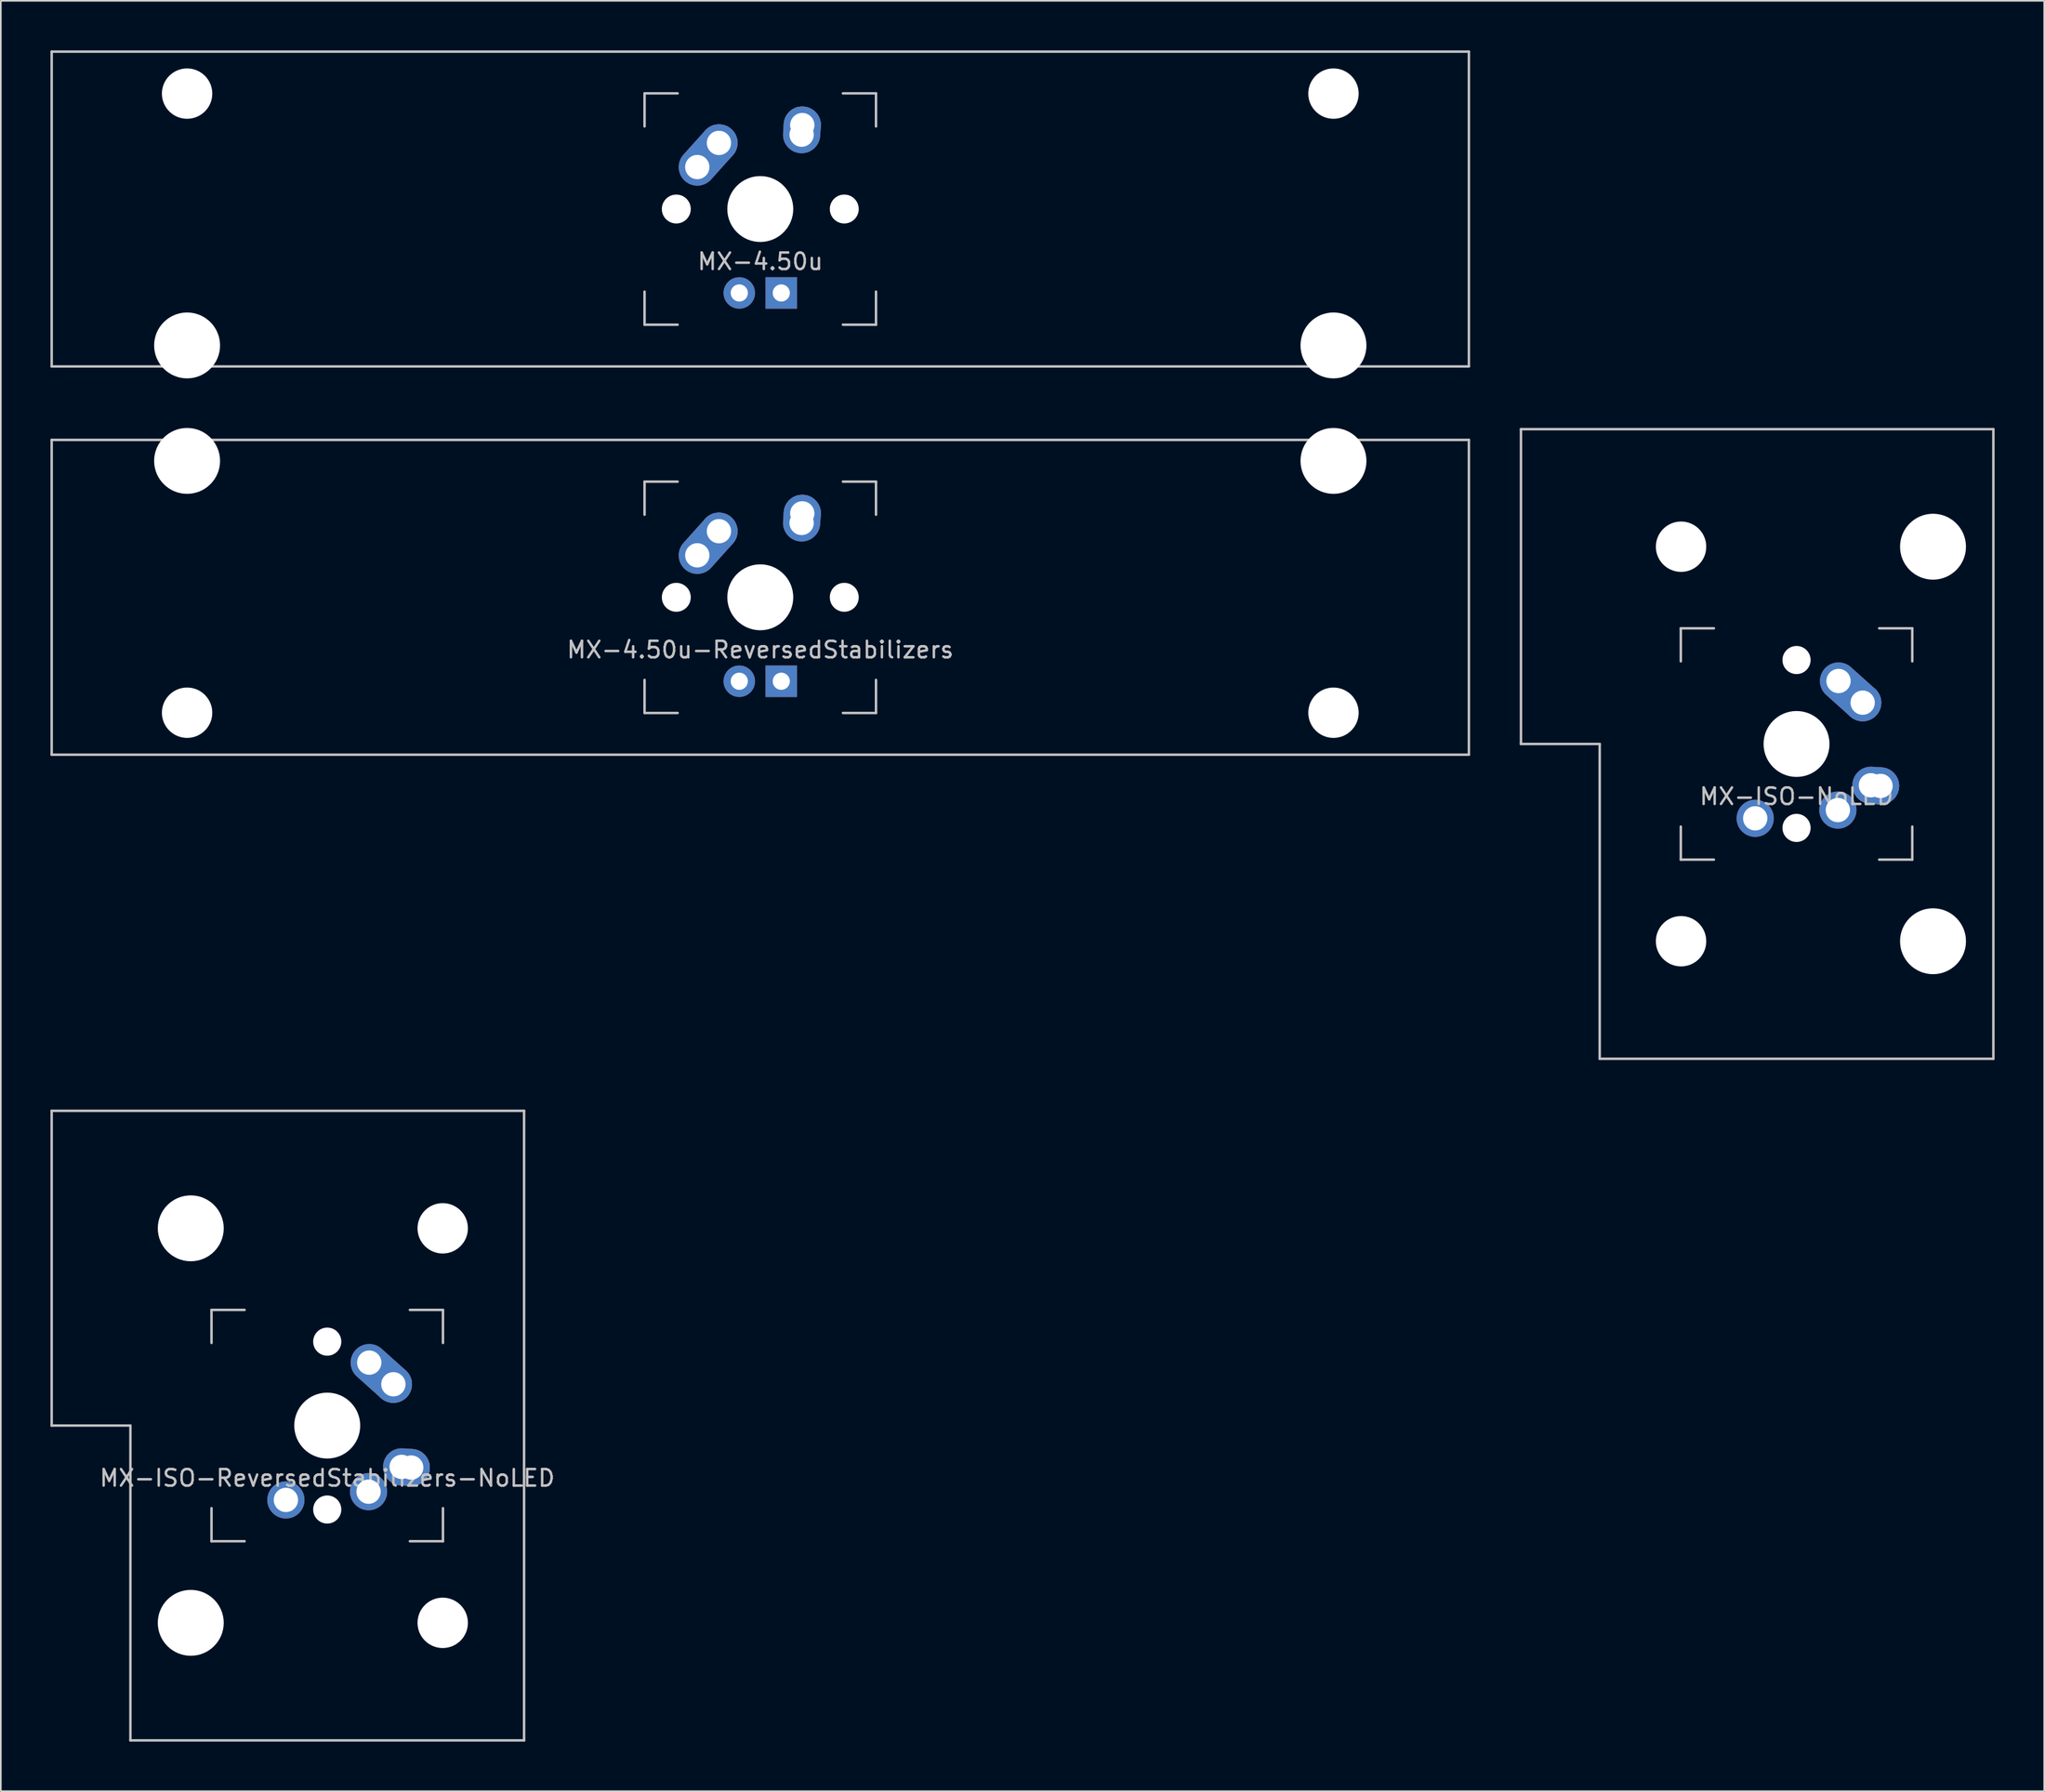
<source format=kicad_pcb>
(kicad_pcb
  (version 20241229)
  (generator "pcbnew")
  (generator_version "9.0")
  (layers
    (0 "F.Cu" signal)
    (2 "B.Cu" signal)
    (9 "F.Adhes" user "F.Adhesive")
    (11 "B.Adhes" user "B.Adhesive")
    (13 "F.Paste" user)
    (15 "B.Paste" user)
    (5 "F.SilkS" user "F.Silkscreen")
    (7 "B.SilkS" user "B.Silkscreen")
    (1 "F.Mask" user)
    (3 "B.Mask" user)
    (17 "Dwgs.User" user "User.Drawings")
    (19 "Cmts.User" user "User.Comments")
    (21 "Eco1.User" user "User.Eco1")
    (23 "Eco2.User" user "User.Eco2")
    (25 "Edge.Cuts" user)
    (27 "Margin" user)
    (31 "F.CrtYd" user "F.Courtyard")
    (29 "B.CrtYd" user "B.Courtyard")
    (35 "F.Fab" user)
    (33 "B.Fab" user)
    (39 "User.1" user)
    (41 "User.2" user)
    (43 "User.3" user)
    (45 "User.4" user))
  (footprint "MX-ISO-NoLED"
    (layer "F.Cu")
    (at 105.619 41.974)
    (property "Reference" "MX-ISO-NoLED" (at 0 3.175 0) (layer "Dwgs.User") (effects (font (size 1 1) (thickness 0.15))))
    (attr through_hole)
    (fp_line (start -16.669 -19.05) (end -16.669 0) (stroke (width 0.15) (type solid)) (layer "Dwgs.User"))
    (fp_line (start -16.669 -19.05) (end 11.906 -19.05) (stroke (width 0.15) (type solid)) (layer "Dwgs.User"))
    (fp_line (start -11.906 0) (end -16.669 0) (stroke (width 0.15) (type solid)) (layer "Dwgs.User"))
    (fp_line (start -11.906 19.05) (end -11.906 0) (stroke (width 0.15) (type solid)) (layer "Dwgs.User"))
    (fp_line (start -11.906 19.05) (end 11.906 19.05) (stroke (width 0.15) (type solid)) (layer "Dwgs.User"))
    (fp_line (start -7 -7) (end -7 -5) (stroke (width 0.15) (type solid)) (layer "Dwgs.User"))
    (fp_line (start -7 5) (end -7 7) (stroke (width 0.15) (type solid)) (layer "Dwgs.User"))
    (fp_line (start -7 7) (end -5 7) (stroke (width 0.15) (type solid)) (layer "Dwgs.User"))
    (fp_line (start -5 -7) (end -7 -7) (stroke (width 0.15) (type solid)) (layer "Dwgs.User"))
    (fp_line (start 5 -7) (end 7 -7) (stroke (width 0.15) (type solid)) (layer "Dwgs.User"))
    (fp_line (start 5 7) (end 7 7) (stroke (width 0.15) (type solid)) (layer "Dwgs.User"))
    (fp_line (start 7 -7) (end 7 -5) (stroke (width 0.15) (type solid)) (layer "Dwgs.User"))
    (fp_line (start 7 7) (end 7 5) (stroke (width 0.15) (type solid)) (layer "Dwgs.User"))
    (fp_line (start 11.906 -19.05) (end 11.906 19.05) (stroke (width 0.15) (type solid)) (layer "Dwgs.User"))
    (pad "" np_thru_hole circle (at -6.985 -11.938) (size 3.048 3.048) (drill 3.048) (layers "*.Cu" "*.Mask"))
    (pad "" np_thru_hole circle (at -6.985 11.938) (size 3.048 3.048) (drill 3.048) (layers "*.Cu" "*.Mask"))
    (pad "" np_thru_hole circle (at 0 -5.08 48.1) (size 1.702 1.702) (drill 1.702) (layers "*.Cu" "*.Mask"))
    (pad "" np_thru_hole circle (at 0 0) (size 3.988 3.988) (drill 3.988) (layers "*.Cu" "*.Mask"))
    (pad "" np_thru_hole circle (at 0 5.08 48.1) (size 1.702 1.702) (drill 1.702) (layers "*.Cu" "*.Mask"))
    (pad "" np_thru_hole circle (at 8.255 -11.938) (size 3.988 3.988) (drill 3.988) (layers "*.Cu" "*.Mask"))
    (pad "" np_thru_hole circle (at 8.255 11.938) (size 3.988 3.988) (drill 3.988) (layers "*.Cu" "*.Mask"))
    (pad "1" thru_hole circle (at 2.5 4) (size 2.25 2.25) (drill 1.47) (layers "*.Cu" "B.Mask"))
    (pad "1" thru_hole oval (at 4.5 2.5 356.055) (size 2.831 2.25) (drill 1.47 (offset 0.291 0)) (layers "*.Cu" "B.Mask"))
    (pad "1" thru_hole circle (at 5.08 2.54) (size 2.25 2.25) (drill 1.47) (layers "*.Cu" "B.Mask"))
    (pad "2" thru_hole circle (at -2.5 4.5) (size 2.25 2.25) (drill 1.47) (layers "*.Cu" "B.Mask"))
    (pad "2" thru_hole oval (at 2.54 -3.81 318.1) (size 4.212 2.25) (drill 1.47 (offset 0.981 0)) (layers "*.Cu" "B.Mask"))
    (pad "2" thru_hole circle (at 4 -2.5) (size 2.25 2.25) (drill 1.47) (layers "*.Cu" "B.Mask")))
  (footprint "MX-4.50u"
    (layer "F.Cu")
    (at 42.938 9.6)
    (property "Reference" "MX-4.50u" (at 0 3.175 0) (layer "Dwgs.User") (effects (font (size 1 1) (thickness 0.15))))
    (attr through_hole)
    (fp_line (start -42.862 -9.525) (end 42.862 -9.525) (stroke (width 0.15) (type solid)) (layer "Dwgs.User"))
    (fp_line (start -42.862 9.525) (end -42.862 -9.525) (stroke (width 0.15) (type solid)) (layer "Dwgs.User"))
    (fp_line (start -42.862 9.525) (end 42.862 9.525) (stroke (width 0.15) (type solid)) (layer "Dwgs.User"))
    (fp_line (start -7 -7) (end -7 -5) (stroke (width 0.15) (type solid)) (layer "Dwgs.User"))
    (fp_line (start -7 5) (end -7 7) (stroke (width 0.15) (type solid)) (layer "Dwgs.User"))
    (fp_line (start -7 7) (end -5 7) (stroke (width 0.15) (type solid)) (layer "Dwgs.User"))
    (fp_line (start -5 -7) (end -7 -7) (stroke (width 0.15) (type solid)) (layer "Dwgs.User"))
    (fp_line (start 5 -7) (end 7 -7) (stroke (width 0.15) (type solid)) (layer "Dwgs.User"))
    (fp_line (start 5 7) (end 7 7) (stroke (width 0.15) (type solid)) (layer "Dwgs.User"))
    (fp_line (start 7 -7) (end 7 -5) (stroke (width 0.15) (type solid)) (layer "Dwgs.User"))
    (fp_line (start 7 7) (end 7 5) (stroke (width 0.15) (type solid)) (layer "Dwgs.User"))
    (fp_line (start 42.862 -9.525) (end 42.862 9.525) (stroke (width 0.15) (type solid)) (layer "Dwgs.User"))
    (pad "" np_thru_hole circle (at -34.671 -6.985) (size 3.048 3.048) (drill 3.048) (layers "*.Cu" "*.Mask"))
    (pad "" np_thru_hole circle (at -34.671 8.255) (size 3.988 3.988) (drill 3.988) (layers "*.Cu" "*.Mask"))
    (pad "" np_thru_hole circle (at -5.08 0 48.1) (size 1.75 1.75) (drill 1.75) (layers "*.Cu" "*.Mask"))
    (pad "" np_thru_hole circle (at 0 0) (size 3.988 3.988) (drill 3.988) (layers "*.Cu" "*.Mask"))
    (pad "" np_thru_hole circle (at 5.08 0 48.1) (size 1.75 1.75) (drill 1.75) (layers "*.Cu" "*.Mask"))
    (pad "" np_thru_hole circle (at 34.671 -6.985) (size 3.048 3.048) (drill 3.048) (layers "*.Cu" "*.Mask"))
    (pad "" np_thru_hole circle (at 34.671 8.255) (size 3.988 3.988) (drill 3.988) (layers "*.Cu" "*.Mask"))
    (pad "1" thru_hole oval (at -3.81 -2.54 48.1) (size 4.212 2.25) (drill 1.47 (offset 0.981 0)) (layers "*.Cu" "B.Mask"))
    (pad "1" thru_hole circle (at -2.5 -4) (size 2.25 2.25) (drill 1.47) (layers "*.Cu" "B.Mask"))
    (pad "2" thru_hole oval (at 2.5 -4.5 86.055) (size 2.831 2.25) (drill 1.47 (offset 0.291 0)) (layers "*.Cu" "B.Mask"))
    (pad "2" thru_hole circle (at 2.54 -5.08) (size 2.25 2.25) (drill 1.47) (layers "*.Cu" "B.Mask"))
    (pad "3" thru_hole circle (at -1.27 5.08) (size 1.905 1.905) (drill 1.04) (layers "*.Cu" "B.Mask"))
    (pad "4" thru_hole rect (at 1.27 5.08) (size 1.905 1.905) (drill 1.04) (layers "*.Cu" "B.Mask")))
  (footprint "MX-4.50u-ReversedStabilizers"
    (layer "F.Cu")
    (at 42.938 33.098)
    (property "Reference" "MX-4.50u-ReversedStabilizers" (at 0 3.175 0) (layer "Dwgs.User") (effects (font (size 1 1) (thickness 0.15))))
    (attr through_hole)
    (fp_line (start -42.862 -9.525) (end 42.862 -9.525) (stroke (width 0.15) (type solid)) (layer "Dwgs.User"))
    (fp_line (start -42.862 9.525) (end -42.862 -9.525) (stroke (width 0.15) (type solid)) (layer "Dwgs.User"))
    (fp_line (start -42.862 9.525) (end 42.862 9.525) (stroke (width 0.15) (type solid)) (layer "Dwgs.User"))
    (fp_line (start -7 -7) (end -7 -5) (stroke (width 0.15) (type solid)) (layer "Dwgs.User"))
    (fp_line (start -7 5) (end -7 7) (stroke (width 0.15) (type solid)) (layer "Dwgs.User"))
    (fp_line (start -7 7) (end -5 7) (stroke (width 0.15) (type solid)) (layer "Dwgs.User"))
    (fp_line (start -5 -7) (end -7 -7) (stroke (width 0.15) (type solid)) (layer "Dwgs.User"))
    (fp_line (start 5 -7) (end 7 -7) (stroke (width 0.15) (type solid)) (layer "Dwgs.User"))
    (fp_line (start 5 7) (end 7 7) (stroke (width 0.15) (type solid)) (layer "Dwgs.User"))
    (fp_line (start 7 -7) (end 7 -5) (stroke (width 0.15) (type solid)) (layer "Dwgs.User"))
    (fp_line (start 7 7) (end 7 5) (stroke (width 0.15) (type solid)) (layer "Dwgs.User"))
    (fp_line (start 42.862 -9.525) (end 42.862 9.525) (stroke (width 0.15) (type solid)) (layer "Dwgs.User"))
    (pad "" np_thru_hole circle (at -34.671 -8.255 180) (size 3.988 3.988) (drill 3.988) (layers "*.Cu" "*.Mask"))
    (pad "" np_thru_hole circle (at -34.671 6.985 180) (size 3.048 3.048) (drill 3.048) (layers "*.Cu" "*.Mask"))
    (pad "" np_thru_hole circle (at -5.08 0 48.1) (size 1.75 1.75) (drill 1.75) (layers "*.Cu" "*.Mask"))
    (pad "" np_thru_hole circle (at 0 0) (size 3.988 3.988) (drill 3.988) (layers "*.Cu" "*.Mask"))
    (pad "" np_thru_hole circle (at 5.08 0 48.1) (size 1.75 1.75) (drill 1.75) (layers "*.Cu" "*.Mask"))
    (pad "" np_thru_hole circle (at 34.671 -8.255 180) (size 3.988 3.988) (drill 3.988) (layers "*.Cu" "*.Mask"))
    (pad "" np_thru_hole circle (at 34.671 6.985 180) (size 3.048 3.048) (drill 3.048) (layers "*.Cu" "*.Mask"))
    (pad "1" thru_hole oval (at -3.81 -2.54 48.1) (size 4.212 2.25) (drill 1.47 (offset 0.981 0)) (layers "*.Cu" "B.Mask"))
    (pad "1" thru_hole circle (at -2.5 -4) (size 2.25 2.25) (drill 1.47) (layers "*.Cu" "B.Mask"))
    (pad "2" thru_hole oval (at 2.5 -4.5 86.055) (size 2.831 2.25) (drill 1.47 (offset 0.291 0)) (layers "*.Cu" "B.Mask"))
    (pad "2" thru_hole circle (at 2.54 -5.08) (size 2.25 2.25) (drill 1.47) (layers "*.Cu" "B.Mask"))
    (pad "3" thru_hole circle (at -1.27 5.08) (size 1.905 1.905) (drill 1.04) (layers "*.Cu" "B.Mask"))
    (pad "4" thru_hole rect (at 1.27 5.08) (size 1.905 1.905) (drill 1.04) (layers "*.Cu" "B.Mask")))
  (footprint "MX-ISO-ReversedStabilizers-NoLED"
    (layer "F.Cu")
    (at 16.744 83.224)
    (property "Reference" "MX-ISO-ReversedStabilizers-NoLED" (at 0 3.175 0) (layer "Dwgs.User") (effects (font (size 1 1) (thickness 0.15))))
    (attr through_hole)
    (fp_line (start -16.669 -19.05) (end -16.669 0) (stroke (width 0.15) (type solid)) (layer "Dwgs.User"))
    (fp_line (start -16.669 -19.05) (end 11.906 -19.05) (stroke (width 0.15) (type solid)) (layer "Dwgs.User"))
    (fp_line (start -11.906 0) (end -16.669 0) (stroke (width 0.15) (type solid)) (layer "Dwgs.User"))
    (fp_line (start -11.906 19.05) (end -11.906 0) (stroke (width 0.15) (type solid)) (layer "Dwgs.User"))
    (fp_line (start -11.906 19.05) (end 11.906 19.05) (stroke (width 0.15) (type solid)) (layer "Dwgs.User"))
    (fp_line (start -7 -7) (end -7 -5) (stroke (width 0.15) (type solid)) (layer "Dwgs.User"))
    (fp_line (start -7 5) (end -7 7) (stroke (width 0.15) (type solid)) (layer "Dwgs.User"))
    (fp_line (start -7 7) (end -5 7) (stroke (width 0.15) (type solid)) (layer "Dwgs.User"))
    (fp_line (start -5 -7) (end -7 -7) (stroke (width 0.15) (type solid)) (layer "Dwgs.User"))
    (fp_line (start 5 -7) (end 7 -7) (stroke (width 0.15) (type solid)) (layer "Dwgs.User"))
    (fp_line (start 5 7) (end 7 7) (stroke (width 0.15) (type solid)) (layer "Dwgs.User"))
    (fp_line (start 7 -7) (end 7 -5) (stroke (width 0.15) (type solid)) (layer "Dwgs.User"))
    (fp_line (start 7 7) (end 7 5) (stroke (width 0.15) (type solid)) (layer "Dwgs.User"))
    (fp_line (start 11.906 -19.05) (end 11.906 19.05) (stroke (width 0.15) (type solid)) (layer "Dwgs.User"))
    (pad "" np_thru_hole circle (at -8.255 -11.938) (size 3.988 3.988) (drill 3.988) (layers "*.Cu" "*.Mask"))
    (pad "" np_thru_hole circle (at -8.255 11.938) (size 3.988 3.988) (drill 3.988) (layers "*.Cu" "*.Mask"))
    (pad "" np_thru_hole circle (at 0 -5.08 48.1) (size 1.702 1.702) (drill 1.702) (layers "*.Cu" "*.Mask"))
    (pad "" np_thru_hole circle (at 0 0) (size 3.988 3.988) (drill 3.988) (layers "*.Cu" "*.Mask"))
    (pad "" np_thru_hole circle (at 0 5.08 48.1) (size 1.702 1.702) (drill 1.702) (layers "*.Cu" "*.Mask"))
    (pad "" np_thru_hole circle (at 6.985 -11.938) (size 3.048 3.048) (drill 3.048) (layers "*.Cu" "*.Mask"))
    (pad "" np_thru_hole circle (at 6.985 11.938) (size 3.048 3.048) (drill 3.048) (layers "*.Cu" "*.Mask"))
    (pad "1" thru_hole circle (at 2.5 4) (size 2.25 2.25) (drill 1.47) (layers "*.Cu" "B.Mask"))
    (pad "1" thru_hole oval (at 4.5 2.5 356.055) (size 2.831 2.25) (drill 1.47 (offset 0.291 0)) (layers "*.Cu" "B.Mask"))
    (pad "1" thru_hole circle (at 5.08 2.54) (size 2.25 2.25) (drill 1.47) (layers "*.Cu" "B.Mask"))
    (pad "2" thru_hole circle (at -2.5 4.5) (size 2.25 2.25) (drill 1.47) (layers "*.Cu" "B.Mask"))
    (pad "2" thru_hole oval (at 2.54 -3.81 318.1) (size 4.212 2.25) (drill 1.47 (offset 0.981 0)) (layers "*.Cu" "B.Mask"))
    (pad "2" thru_hole circle (at 4 -2.5) (size 2.25 2.25) (drill 1.47) (layers "*.Cu" "B.Mask")))
  (gr_rect
    (start -3 -3)
    (end 120.6 105.349)
    (stroke (width 0.1) (type default))
    (fill no)
    (layer "Edge.Cuts")))
</source>
